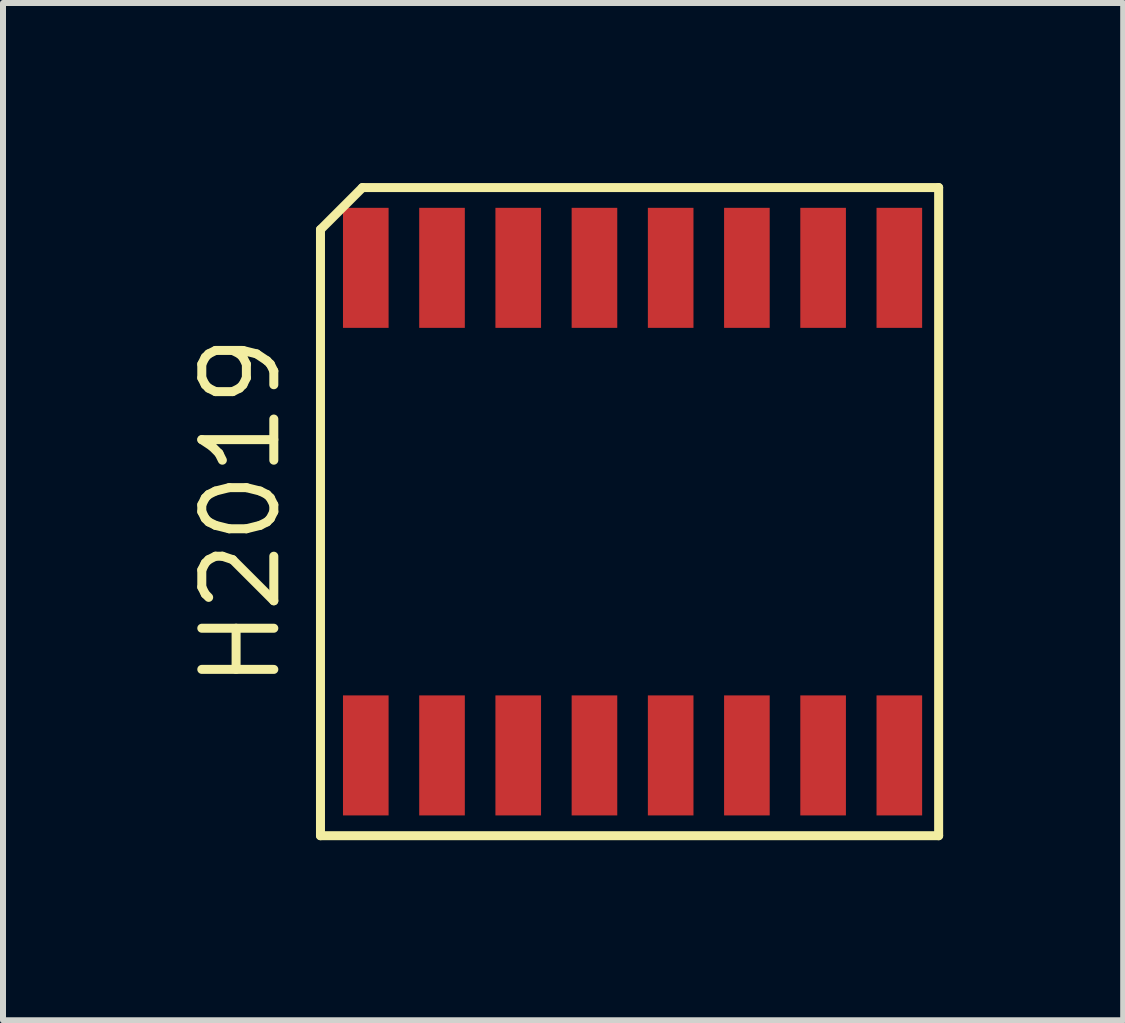
<source format=kicad_pcb>
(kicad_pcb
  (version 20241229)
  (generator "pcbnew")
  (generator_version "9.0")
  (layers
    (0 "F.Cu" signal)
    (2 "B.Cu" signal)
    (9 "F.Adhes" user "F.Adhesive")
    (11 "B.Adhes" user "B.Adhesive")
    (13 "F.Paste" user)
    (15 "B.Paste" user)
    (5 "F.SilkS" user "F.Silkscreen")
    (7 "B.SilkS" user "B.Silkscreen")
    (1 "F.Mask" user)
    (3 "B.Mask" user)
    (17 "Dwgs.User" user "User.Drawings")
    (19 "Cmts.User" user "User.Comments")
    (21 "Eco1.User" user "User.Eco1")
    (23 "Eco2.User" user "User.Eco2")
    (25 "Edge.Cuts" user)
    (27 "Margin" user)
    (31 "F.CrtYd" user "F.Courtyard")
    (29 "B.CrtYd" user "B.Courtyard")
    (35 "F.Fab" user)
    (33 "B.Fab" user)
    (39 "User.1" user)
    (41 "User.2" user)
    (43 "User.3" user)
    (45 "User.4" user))
  (footprint "H2019"
    (layer "F.Cu")
    (at 7.49 5.475)
    (property "Reference" "H2019" (at -6.525 0 90) (layer "F.SilkS") (effects (font (size 1.2 1.2) (thickness 0.15))))
    (attr through_hole)
    (fp_line (start -5.2 -4.7) (end -5.2 5.4) (stroke (width 0.15) (type solid)) (layer "F.SilkS"))
    (fp_line (start -5.2 5.4) (end 5.1 5.4) (stroke (width 0.15) (type solid)) (layer "F.SilkS"))
    (fp_line (start -4.5 -5.4) (end -5.2 -4.7) (stroke (width 0.15) (type solid)) (layer "F.SilkS"))
    (fp_line (start 5.1 -5.4) (end -4.5 -5.4) (stroke (width 0.15) (type solid)) (layer "F.SilkS"))
    (fp_line (start 5.1 5.4) (end 5.1 -5.4) (stroke (width 0.15) (type solid)) (layer "F.SilkS"))
    (pad "1" smd rect (at -4.445 4.062) (size 0.76 2) (layers "F.Cu" "F.Mask" "F.Paste"))
    (pad "2" smd rect (at -3.175 4.062) (size 0.76 2) (layers "F.Cu" "F.Mask" "F.Paste"))
    (pad "3" smd rect (at -1.905 4.062) (size 0.76 2) (layers "F.Cu" "F.Mask" "F.Paste"))
    (pad "4" smd rect (at -0.635 4.062) (size 0.76 2) (layers "F.Cu" "F.Mask" "F.Paste"))
    (pad "5" smd rect (at 0.635 4.062) (size 0.76 2) (layers "F.Cu" "F.Mask" "F.Paste"))
    (pad "6" smd rect (at 1.905 4.062) (size 0.76 2) (layers "F.Cu" "F.Mask" "F.Paste"))
    (pad "7" smd rect (at 3.175 4.062) (size 0.76 2) (layers "F.Cu" "F.Mask" "F.Paste"))
    (pad "8" smd rect (at 4.445 4.062) (size 0.76 2) (layers "F.Cu" "F.Mask" "F.Paste"))
    (pad "9" smd rect (at 4.445 -4.062) (size 0.76 2) (layers "F.Cu" "F.Mask" "F.Paste"))
    (pad "10" smd rect (at 3.175 -4.062) (size 0.76 2) (layers "F.Cu" "F.Mask" "F.Paste"))
    (pad "11" smd rect (at 1.905 -4.062) (size 0.76 2) (layers "F.Cu" "F.Mask" "F.Paste"))
    (pad "12" smd rect (at 0.635 -4.062) (size 0.76 2) (layers "F.Cu" "F.Mask" "F.Paste"))
    (pad "13" smd rect (at -0.635 -4.062) (size 0.76 2) (layers "F.Cu" "F.Mask" "F.Paste"))
    (pad "14" smd rect (at -1.905 -4.062) (size 0.76 2) (layers "F.Cu" "F.Mask" "F.Paste"))
    (pad "15" smd rect (at -3.175 -4.062) (size 0.76 2) (layers "F.Cu" "F.Mask" "F.Paste"))
    (pad "16" smd rect (at -4.445 -4.062) (size 0.76 2) (layers "F.Cu" "F.Mask" "F.Paste")))
  (gr_rect
    (start -3 -3)
    (end 15.665 13.95)
    (stroke (width 0.1) (type default))
    (fill no)
    (layer "Edge.Cuts")))
</source>
